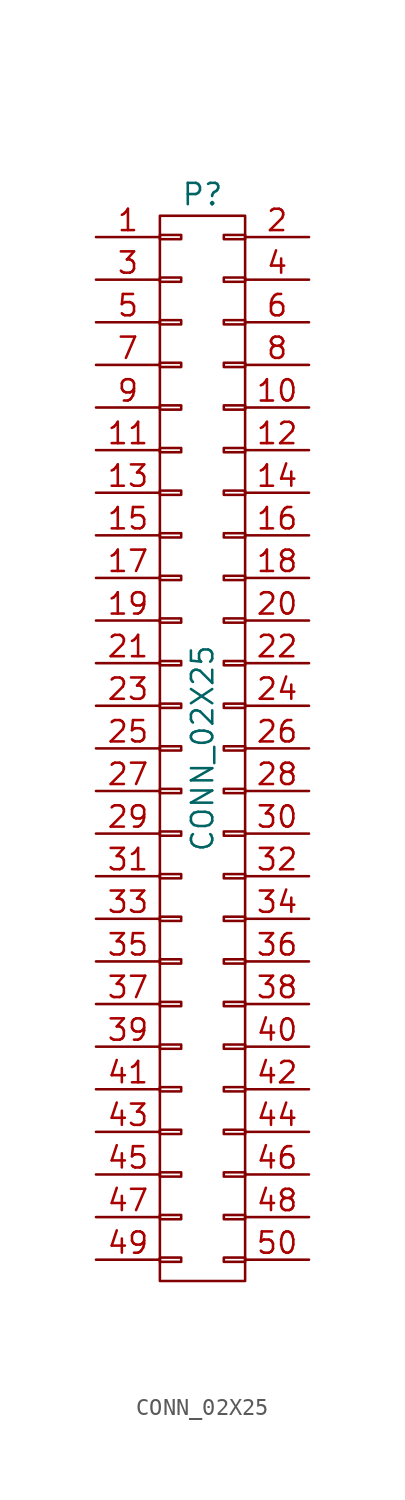
<source format=kicad_sym>
(kicad_symbol_lib
  (version 20211014)
  (generator kicad_symbol_editor)
  (symbol "CONN_02X25"
    (pin_names
      (offset 0.025) hide)
    (property "Reference" "P"
      (at 0 33.02 0)
      (effects (font (size 1.27 1.27))))
    (property "Value" "CONN_02X25"
      (at 0 0 90)
      (effects (font (size 1.27 1.27))))
    (property "Footprint" ""
      (at 0 -19.05 0)
      (effects (font (size 1.27 1.27))))
    (property "Datasheet" ""
      (at 0 -19.05 0)
      (effects (font (size 1.27 1.27))))
    (symbol "CONN_02X25_0_1"
      (rectangle (start -2.54 -30.353) (end -1.27 -30.607) (stroke (width 0) (type default) (color 0 0 0 0)) (fill (type none)))
      (rectangle (start -2.54 -27.813) (end -1.27 -28.067) (stroke (width 0) (type default) (color 0 0 0 0)) (fill (type none)))
      (rectangle (start -2.54 -25.273) (end -1.27 -25.527) (stroke (width 0) (type default) (color 0 0 0 0)) (fill (type none)))
      (rectangle (start -2.54 -22.733) (end -1.27 -22.987) (stroke (width 0) (type default) (color 0 0 0 0)) (fill (type none)))
      (rectangle (start -2.54 -20.193) (end -1.27 -20.447) (stroke (width 0) (type default) (color 0 0 0 0)) (fill (type none)))
      (rectangle (start -2.54 -17.653) (end -1.27 -17.907) (stroke (width 0) (type default) (color 0 0 0 0)) (fill (type none)))
      (rectangle (start -2.54 -15.113) (end -1.27 -15.367) (stroke (width 0) (type default) (color 0 0 0 0)) (fill (type none)))
      (rectangle (start -2.54 -12.573) (end -1.27 -12.827) (stroke (width 0) (type default) (color 0 0 0 0)) (fill (type none)))
      (rectangle (start -2.54 -10.033) (end -1.27 -10.287) (stroke (width 0) (type default) (color 0 0 0 0)) (fill (type none)))
      (rectangle (start -2.54 -7.493) (end -1.27 -7.747) (stroke (width 0) (type default) (color 0 0 0 0)) (fill (type none)))
      (rectangle (start -2.54 -4.953) (end -1.27 -5.207) (stroke (width 0) (type default) (color 0 0 0 0)) (fill (type none)))
      (rectangle (start -2.54 -2.413) (end -1.27 -2.667) (stroke (width 0) (type default) (color 0 0 0 0)) (fill (type none)))
      (rectangle (start -2.54 0.127) (end -1.27 -0.127) (stroke (width 0) (type default) (color 0 0 0 0)) (fill (type none)))
      (rectangle (start -2.54 2.667) (end -1.27 2.413) (stroke (width 0) (type default) (color 0 0 0 0)) (fill (type none)))
      (rectangle (start -2.54 5.207) (end -1.27 4.953) (stroke (width 0) (type default) (color 0 0 0 0)) (fill (type none)))
      (rectangle (start -2.54 7.747) (end -1.27 7.493) (stroke (width 0) (type default) (color 0 0 0 0)) (fill (type none)))
      (rectangle (start -2.54 10.287) (end -1.27 10.033) (stroke (width 0) (type default) (color 0 0 0 0)) (fill (type none)))
      (rectangle (start -2.54 12.827) (end -1.27 12.573) (stroke (width 0) (type default) (color 0 0 0 0)) (fill (type none)))
      (rectangle (start -2.54 15.367) (end -1.27 15.113) (stroke (width 0) (type default) (color 0 0 0 0)) (fill (type none)))
      (rectangle (start -2.54 17.907) (end -1.27 17.653) (stroke (width 0) (type default) (color 0 0 0 0)) (fill (type none)))
      (rectangle (start -2.54 20.447) (end -1.27 20.193) (stroke (width 0) (type default) (color 0 0 0 0)) (fill (type none)))
      (rectangle (start -2.54 22.987) (end -1.27 22.733) (stroke (width 0) (type default) (color 0 0 0 0)) (fill (type none)))
      (rectangle (start -2.54 25.527) (end -1.27 25.273) (stroke (width 0) (type default) (color 0 0 0 0)) (fill (type none)))
      (rectangle (start -2.54 28.067) (end -1.27 27.813) (stroke (width 0) (type default) (color 0 0 0 0)) (fill (type none)))
      (rectangle (start -2.54 30.607) (end -1.27 30.353) (stroke (width 0) (type default) (color 0 0 0 0)) (fill (type none)))
      (rectangle (start -2.54 31.75) (end 2.54 -31.75) (stroke (width 0) (type default) (color 0 0 0 0)) (fill (type none)))
      (rectangle (start 1.27 -30.353) (end 2.54 -30.607) (stroke (width 0) (type default) (color 0 0 0 0)) (fill (type none)))
      (rectangle (start 1.27 -27.813) (end 2.54 -28.067) (stroke (width 0) (type default) (color 0 0 0 0)) (fill (type none)))
      (rectangle (start 1.27 -25.273) (end 2.54 -25.527) (stroke (width 0) (type default) (color 0 0 0 0)) (fill (type none)))
      (rectangle (start 1.27 -22.733) (end 2.54 -22.987) (stroke (width 0) (type default) (color 0 0 0 0)) (fill (type none)))
      (rectangle (start 1.27 -20.193) (end 2.54 -20.447) (stroke (width 0) (type default) (color 0 0 0 0)) (fill (type none)))
      (rectangle (start 1.27 -17.653) (end 2.54 -17.907) (stroke (width 0) (type default) (color 0 0 0 0)) (fill (type none)))
      (rectangle (start 1.27 -15.113) (end 2.54 -15.367) (stroke (width 0) (type default) (color 0 0 0 0)) (fill (type none)))
      (rectangle (start 1.27 -12.573) (end 2.54 -12.827) (stroke (width 0) (type default) (color 0 0 0 0)) (fill (type none)))
      (rectangle (start 1.27 -10.033) (end 2.54 -10.287) (stroke (width 0) (type default) (color 0 0 0 0)) (fill (type none)))
      (rectangle (start 1.27 -7.493) (end 2.54 -7.747) (stroke (width 0) (type default) (color 0 0 0 0)) (fill (type none)))
      (rectangle (start 1.27 -4.953) (end 2.54 -5.207) (stroke (width 0) (type default) (color 0 0 0 0)) (fill (type none)))
      (rectangle (start 1.27 -2.413) (end 2.54 -2.667) (stroke (width 0) (type default) (color 0 0 0 0)) (fill (type none)))
      (rectangle (start 1.27 0.127) (end 2.54 -0.127) (stroke (width 0) (type default) (color 0 0 0 0)) (fill (type none)))
      (rectangle (start 1.27 2.667) (end 2.54 2.413) (stroke (width 0) (type default) (color 0 0 0 0)) (fill (type none)))
      (rectangle (start 1.27 5.207) (end 2.54 4.953) (stroke (width 0) (type default) (color 0 0 0 0)) (fill (type none)))
      (rectangle (start 1.27 7.747) (end 2.54 7.493) (stroke (width 0) (type default) (color 0 0 0 0)) (fill (type none)))
      (rectangle (start 1.27 10.287) (end 2.54 10.033) (stroke (width 0) (type default) (color 0 0 0 0)) (fill (type none)))
      (rectangle (start 1.27 12.827) (end 2.54 12.573) (stroke (width 0) (type default) (color 0 0 0 0)) (fill (type none)))
      (rectangle (start 1.27 15.367) (end 2.54 15.113) (stroke (width 0) (type default) (color 0 0 0 0)) (fill (type none)))
      (rectangle (start 1.27 17.907) (end 2.54 17.653) (stroke (width 0) (type default) (color 0 0 0 0)) (fill (type none)))
      (rectangle (start 1.27 20.447) (end 2.54 20.193) (stroke (width 0) (type default) (color 0 0 0 0)) (fill (type none)))
      (rectangle (start 1.27 22.987) (end 2.54 22.733) (stroke (width 0) (type default) (color 0 0 0 0)) (fill (type none)))
      (rectangle (start 1.27 25.527) (end 2.54 25.273) (stroke (width 0) (type default) (color 0 0 0 0)) (fill (type none)))
      (rectangle (start 1.27 28.067) (end 2.54 27.813) (stroke (width 0) (type default) (color 0 0 0 0)) (fill (type none)))
      (rectangle (start 1.27 30.607) (end 2.54 30.353) (stroke (width 0) (type default) (color 0 0 0 0)) (fill (type none))))
    (symbol "CONN_02X25_1_1"
      (pin passive line (at -6.35 30.48 0) (length 3.81) (name "P1" (effects (font (size 1.27 1.27)))) (number "1" (effects (font (size 1.27 1.27)))))
      (pin passive line (at 6.35 20.32 180) (length 3.81) (name "P10" (effects (font (size 1.27 1.27)))) (number "10" (effects (font (size 1.27 1.27)))))
      (pin passive line (at -6.35 17.78 0) (length 3.81) (name "P11" (effects (font (size 1.27 1.27)))) (number "11" (effects (font (size 1.27 1.27)))))
      (pin passive line (at 6.35 17.78 180) (length 3.81) (name "P12" (effects (font (size 1.27 1.27)))) (number "12" (effects (font (size 1.27 1.27)))))
      (pin passive line (at -6.35 15.24 0) (length 3.81) (name "P13" (effects (font (size 1.27 1.27)))) (number "13" (effects (font (size 1.27 1.27)))))
      (pin passive line (at 6.35 15.24 180) (length 3.81) (name "P14" (effects (font (size 1.27 1.27)))) (number "14" (effects (font (size 1.27 1.27)))))
      (pin passive line (at -6.35 12.7 0) (length 3.81) (name "P15" (effects (font (size 1.27 1.27)))) (number "15" (effects (font (size 1.27 1.27)))))
      (pin passive line (at 6.35 12.7 180) (length 3.81) (name "P16" (effects (font (size 1.27 1.27)))) (number "16" (effects (font (size 1.27 1.27)))))
      (pin passive line (at -6.35 10.16 0) (length 3.81) (name "P17" (effects (font (size 1.27 1.27)))) (number "17" (effects (font (size 1.27 1.27)))))
      (pin passive line (at 6.35 10.16 180) (length 3.81) (name "P18" (effects (font (size 1.27 1.27)))) (number "18" (effects (font (size 1.27 1.27)))))
      (pin passive line (at -6.35 7.62 0) (length 3.81) (name "P19" (effects (font (size 1.27 1.27)))) (number "19" (effects (font (size 1.27 1.27)))))
      (pin passive line (at 6.35 30.48 180) (length 3.81) (name "P2" (effects (font (size 1.27 1.27)))) (number "2" (effects (font (size 1.27 1.27)))))
      (pin passive line (at 6.35 7.62 180) (length 3.81) (name "P20" (effects (font (size 1.27 1.27)))) (number "20" (effects (font (size 1.27 1.27)))))
      (pin passive line (at -6.35 5.08 0) (length 3.81) (name "P21" (effects (font (size 1.27 1.27)))) (number "21" (effects (font (size 1.27 1.27)))))
      (pin passive line (at 6.35 5.08 180) (length 3.81) (name "P22" (effects (font (size 1.27 1.27)))) (number "22" (effects (font (size 1.27 1.27)))))
      (pin passive line (at -6.35 2.54 0) (length 3.81) (name "P23" (effects (font (size 1.27 1.27)))) (number "23" (effects (font (size 1.27 1.27)))))
      (pin passive line (at 6.35 2.54 180) (length 3.81) (name "P24" (effects (font (size 1.27 1.27)))) (number "24" (effects (font (size 1.27 1.27)))))
      (pin passive line (at -6.35 0 0) (length 3.81) (name "P25" (effects (font (size 1.27 1.27)))) (number "25" (effects (font (size 1.27 1.27)))))
      (pin passive line (at 6.35 0 180) (length 3.81) (name "P26" (effects (font (size 1.27 1.27)))) (number "26" (effects (font (size 1.27 1.27)))))
      (pin passive line (at -6.35 -2.54 0) (length 3.81) (name "P27" (effects (font (size 1.27 1.27)))) (number "27" (effects (font (size 1.27 1.27)))))
      (pin passive line (at 6.35 -2.54 180) (length 3.81) (name "P28" (effects (font (size 1.27 1.27)))) (number "28" (effects (font (size 1.27 1.27)))))
      (pin passive line (at -6.35 -5.08 0) (length 3.81) (name "P29" (effects (font (size 1.27 1.27)))) (number "29" (effects (font (size 1.27 1.27)))))
      (pin passive line (at -6.35 27.94 0) (length 3.81) (name "P3" (effects (font (size 1.27 1.27)))) (number "3" (effects (font (size 1.27 1.27)))))
      (pin passive line (at 6.35 -5.08 180) (length 3.81) (name "P30" (effects (font (size 1.27 1.27)))) (number "30" (effects (font (size 1.27 1.27)))))
      (pin passive line (at -6.35 -7.62 0) (length 3.81) (name "P31" (effects (font (size 1.27 1.27)))) (number "31" (effects (font (size 1.27 1.27)))))
      (pin passive line (at 6.35 -7.62 180) (length 3.81) (name "P32" (effects (font (size 1.27 1.27)))) (number "32" (effects (font (size 1.27 1.27)))))
      (pin passive line (at -6.35 -10.16 0) (length 3.81) (name "P33" (effects (font (size 1.27 1.27)))) (number "33" (effects (font (size 1.27 1.27)))))
      (pin passive line (at 6.35 -10.16 180) (length 3.81) (name "P34" (effects (font (size 1.27 1.27)))) (number "34" (effects (font (size 1.27 1.27)))))
      (pin passive line (at -6.35 -12.7 0) (length 3.81) (name "P35" (effects (font (size 1.27 1.27)))) (number "35" (effects (font (size 1.27 1.27)))))
      (pin passive line (at 6.35 -12.7 180) (length 3.81) (name "P36" (effects (font (size 1.27 1.27)))) (number "36" (effects (font (size 1.27 1.27)))))
      (pin passive line (at -6.35 -15.24 0) (length 3.81) (name "P37" (effects (font (size 1.27 1.27)))) (number "37" (effects (font (size 1.27 1.27)))))
      (pin passive line (at 6.35 -15.24 180) (length 3.81) (name "P38" (effects (font (size 1.27 1.27)))) (number "38" (effects (font (size 1.27 1.27)))))
      (pin passive line (at -6.35 -17.78 0) (length 3.81) (name "P39" (effects (font (size 1.27 1.27)))) (number "39" (effects (font (size 1.27 1.27)))))
      (pin passive line (at 6.35 27.94 180) (length 3.81) (name "P4" (effects (font (size 1.27 1.27)))) (number "4" (effects (font (size 1.27 1.27)))))
      (pin passive line (at 6.35 -17.78 180) (length 3.81) (name "P40" (effects (font (size 1.27 1.27)))) (number "40" (effects (font (size 1.27 1.27)))))
      (pin passive line (at -6.35 -20.32 0) (length 3.81) (name "P41" (effects (font (size 1.27 1.27)))) (number "41" (effects (font (size 1.27 1.27)))))
      (pin passive line (at 6.35 -20.32 180) (length 3.81) (name "P42" (effects (font (size 1.27 1.27)))) (number "42" (effects (font (size 1.27 1.27)))))
      (pin passive line (at -6.35 -22.86 0) (length 3.81) (name "P43" (effects (font (size 1.27 1.27)))) (number "43" (effects (font (size 1.27 1.27)))))
      (pin passive line (at 6.35 -22.86 180) (length 3.81) (name "P44" (effects (font (size 1.27 1.27)))) (number "44" (effects (font (size 1.27 1.27)))))
      (pin passive line (at -6.35 -25.4 0) (length 3.81) (name "P45" (effects (font (size 1.27 1.27)))) (number "45" (effects (font (size 1.27 1.27)))))
      (pin passive line (at 6.35 -25.4 180) (length 3.81) (name "P46" (effects (font (size 1.27 1.27)))) (number "46" (effects (font (size 1.27 1.27)))))
      (pin passive line (at -6.35 -27.94 0) (length 3.81) (name "P47" (effects (font (size 1.27 1.27)))) (number "47" (effects (font (size 1.27 1.27)))))
      (pin passive line (at 6.35 -27.94 180) (length 3.81) (name "P48" (effects (font (size 1.27 1.27)))) (number "48" (effects (font (size 1.27 1.27)))))
      (pin passive line (at -6.35 -30.48 0) (length 3.81) (name "P49" (effects (font (size 1.27 1.27)))) (number "49" (effects (font (size 1.27 1.27)))))
      (pin passive line (at -6.35 25.4 0) (length 3.81) (name "P5" (effects (font (size 1.27 1.27)))) (number "5" (effects (font (size 1.27 1.27)))))
      (pin passive line (at 6.35 -30.48 180) (length 3.81) (name "P50" (effects (font (size 1.27 1.27)))) (number "50" (effects (font (size 1.27 1.27)))))
      (pin passive line (at 6.35 25.4 180) (length 3.81) (name "P6" (effects (font (size 1.27 1.27)))) (number "6" (effects (font (size 1.27 1.27)))))
      (pin passive line (at -6.35 22.86 0) (length 3.81) (name "P7" (effects (font (size 1.27 1.27)))) (number "7" (effects (font (size 1.27 1.27)))))
      (pin passive line (at 6.35 22.86 180) (length 3.81) (name "P8" (effects (font (size 1.27 1.27)))) (number "8" (effects (font (size 1.27 1.27)))))
      (pin passive line (at -6.35 20.32 0) (length 3.81) (name "P9" (effects (font (size 1.27 1.27)))) (number "9" (effects (font (size 1.27 1.27))))))))
</source>
